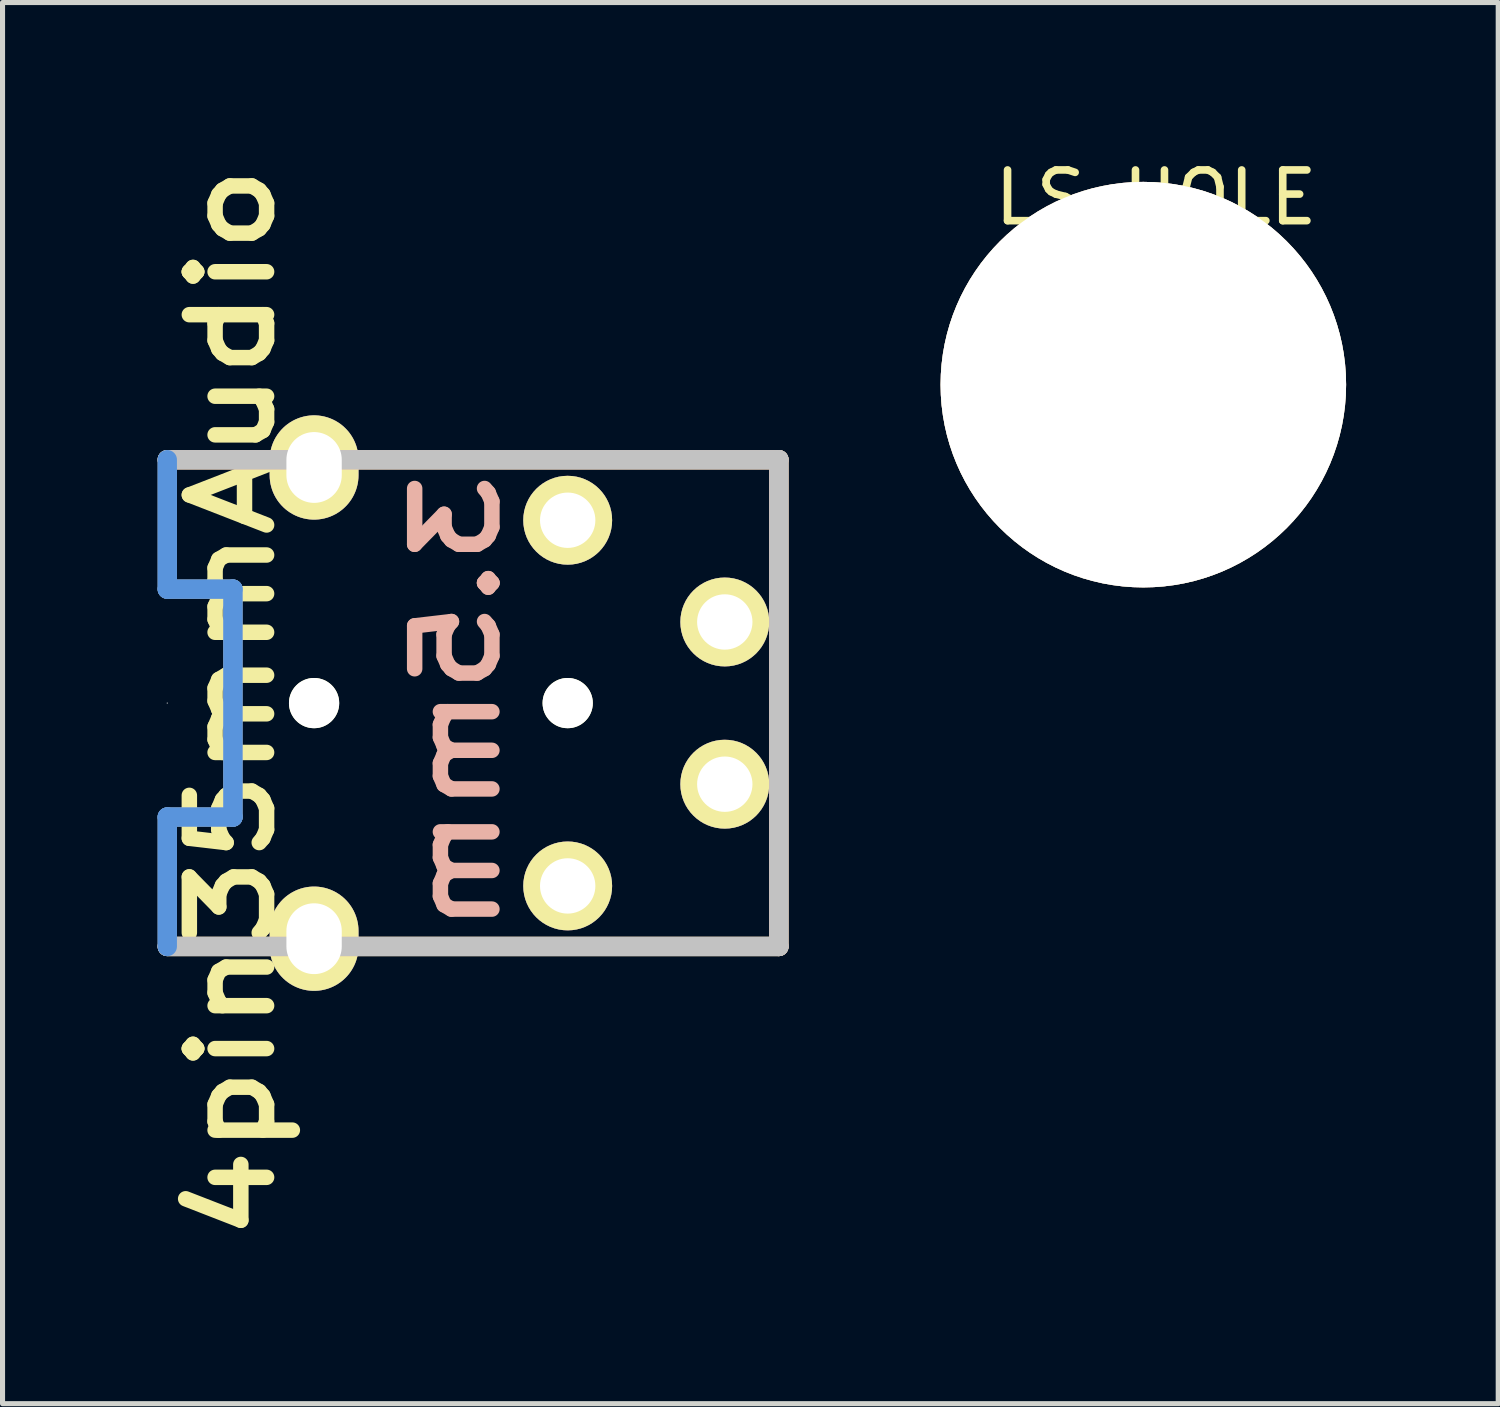
<source format=kicad_pcb>
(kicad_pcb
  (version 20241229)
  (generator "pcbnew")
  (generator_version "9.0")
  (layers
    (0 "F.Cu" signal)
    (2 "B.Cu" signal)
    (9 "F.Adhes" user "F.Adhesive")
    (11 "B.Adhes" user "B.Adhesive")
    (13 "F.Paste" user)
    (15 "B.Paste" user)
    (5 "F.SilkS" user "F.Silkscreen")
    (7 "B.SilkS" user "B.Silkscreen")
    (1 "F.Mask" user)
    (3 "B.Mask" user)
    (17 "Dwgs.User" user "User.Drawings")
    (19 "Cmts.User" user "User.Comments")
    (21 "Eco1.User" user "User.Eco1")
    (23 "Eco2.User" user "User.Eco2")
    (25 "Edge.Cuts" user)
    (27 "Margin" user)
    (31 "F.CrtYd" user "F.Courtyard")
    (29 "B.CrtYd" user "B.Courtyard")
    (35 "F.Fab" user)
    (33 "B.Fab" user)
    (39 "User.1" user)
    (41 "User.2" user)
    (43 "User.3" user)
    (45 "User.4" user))
  (footprint "4pin35mmAudio"
    (layer "F.Cu")
    (at 0.25 10.82)
    (property "Reference" "4pin35mmAudio" (at 1.27 0 90) (layer "F.SilkS") (effects (font (size 1.524 1.778) (thickness 0.305))))
    (attr through_hole)
    (fp_line (start 0 -4.801) (end 12.065 -4.801) (stroke (width 0.381) (type solid)) (layer "F.SilkS"))
    (fp_line (start 12.065 -4.801) (end 12.065 4.801) (stroke (width 0.381) (type solid)) (layer "F.SilkS"))
    (fp_line (start 12.065 4.801) (end 0 4.801) (stroke (width 0.381) (type solid)) (layer "F.SilkS"))
    (fp_line (start 0 -4.801) (end 12.065 -4.801) (stroke (width 0.381) (type solid)) (layer "B.SilkS"))
    (fp_line (start 12.065 -4.801) (end 12.065 4.801) (stroke (width 0.381) (type solid)) (layer "B.SilkS"))
    (fp_line (start 12.065 4.801) (end 0 4.801) (stroke (width 0.381) (type solid)) (layer "B.SilkS"))
    (fp_line (start 0 -4.801) (end 0 -2.248) (stroke (width 0.381) (type solid)) (layer "Dwgs.User"))
    (fp_line (start 0 -2.248) (end 1.295 -2.248) (stroke (width 0.381) (type solid)) (layer "Dwgs.User"))
    (fp_line (start 0 0) (end 0 0) (stroke (width 0.025) (type solid)) (layer "Dwgs.User"))
    (fp_line (start 0 2.248) (end 0 4.801) (stroke (width 0.381) (type solid)) (layer "Dwgs.User"))
    (fp_line (start 0 4.801) (end 12.065 4.801) (stroke (width 0.381) (type solid)) (layer "Dwgs.User"))
    (fp_line (start 1.295 -2.248) (end 1.295 2.248) (stroke (width 0.381) (type solid)) (layer "Dwgs.User"))
    (fp_line (start 1.295 2.248) (end 0 2.248) (stroke (width 0.381) (type solid)) (layer "Dwgs.User"))
    (fp_line (start 12.065 -4.801) (end 0 -4.801) (stroke (width 0.381) (type solid)) (layer "Dwgs.User"))
    (fp_line (start 12.065 4.801) (end 12.065 -4.801) (stroke (width 0.381) (type solid)) (layer "Dwgs.User"))
    (fp_line (start 0 -2.248) (end 0 -4.801) (stroke (width 0.381) (type solid)) (layer "Cmts.User"))
    (fp_line (start 0 -2.248) (end 1.295 -2.248) (stroke (width 0.381) (type solid)) (layer "Cmts.User"))
    (fp_line (start 0 4.801) (end 0 2.248) (stroke (width 0.381) (type solid)) (layer "Cmts.User"))
    (fp_line (start 1.295 -2.248) (end 1.295 2.248) (stroke (width 0.381) (type solid)) (layer "Cmts.User"))
    (fp_line (start 1.295 2.248) (end 0 2.248) (stroke (width 0.381) (type solid)) (layer "Cmts.User"))
    (fp_text user "3.5mm" (at 5.715 0 90) (layer "B.SilkS") (effects (font (size 1.524 1.778) (thickness 0.305)) (justify mirror)))
    (pad "" np_thru_hole circle (at 2.896 0) (size 0.991 0.991) (drill 0.991) (layers "*.Cu" "*.Mask" "F.SilkS"))
    (pad "" np_thru_hole circle (at 7.899 0) (size 0.991 0.991) (drill 0.991) (layers "*.Cu" "*.Mask" "F.SilkS"))
    (pad "1" thru_hole oval (at 2.896 -4.648) (size 1.753 2.057) (drill oval 1.092 1.397) (layers "*.Cu" "*.Mask" "F.SilkS"))
    (pad "2" thru_hole circle (at 7.899 3.607) (size 1.753 1.753) (drill 1.092) (layers "*.Cu" "*.Mask" "F.SilkS"))
    (pad "3" thru_hole circle (at 10.998 -1.6) (size 1.753 1.753) (drill 1.092) (layers "*.Cu" "*.Mask" "F.SilkS"))
    (pad "4" thru_hole oval (at 2.896 4.648) (size 1.753 2.057) (drill oval 1.092 1.397) (layers "*.Cu" "*.Mask" "F.SilkS"))
    (pad "5" thru_hole circle (at 10.998 1.6) (size 1.753 1.753) (drill 1.092) (layers "*.Cu" "*.Mask" "F.SilkS"))
    (pad "6" thru_hole circle (at 7.899 -3.607) (size 1.753 1.753) (drill 1.092) (layers "*.Cu" "*.Mask" "F.SilkS")))
  (footprint "LS_HOLE"
    (layer "F.Cu")
    (at 21.155 5.238)
    (property "Reference" "LS_HOLE" (at -1.4 -4.39 0) (layer "F.SilkS") (effects (font (size 1 1) (thickness 0.15))))
    (attr through_hole)
    (pad "" thru_hole circle (at -1.65 -0.7) (size 8 8) (drill 8) (layers "*.Cu" "*.Mask" "F.SilkS")))
  (gr_rect
    (start -3 -3)
    (end 26.506 24.641)
    (stroke (width 0.1) (type default))
    (fill no)
    (layer "Edge.Cuts")))
</source>
